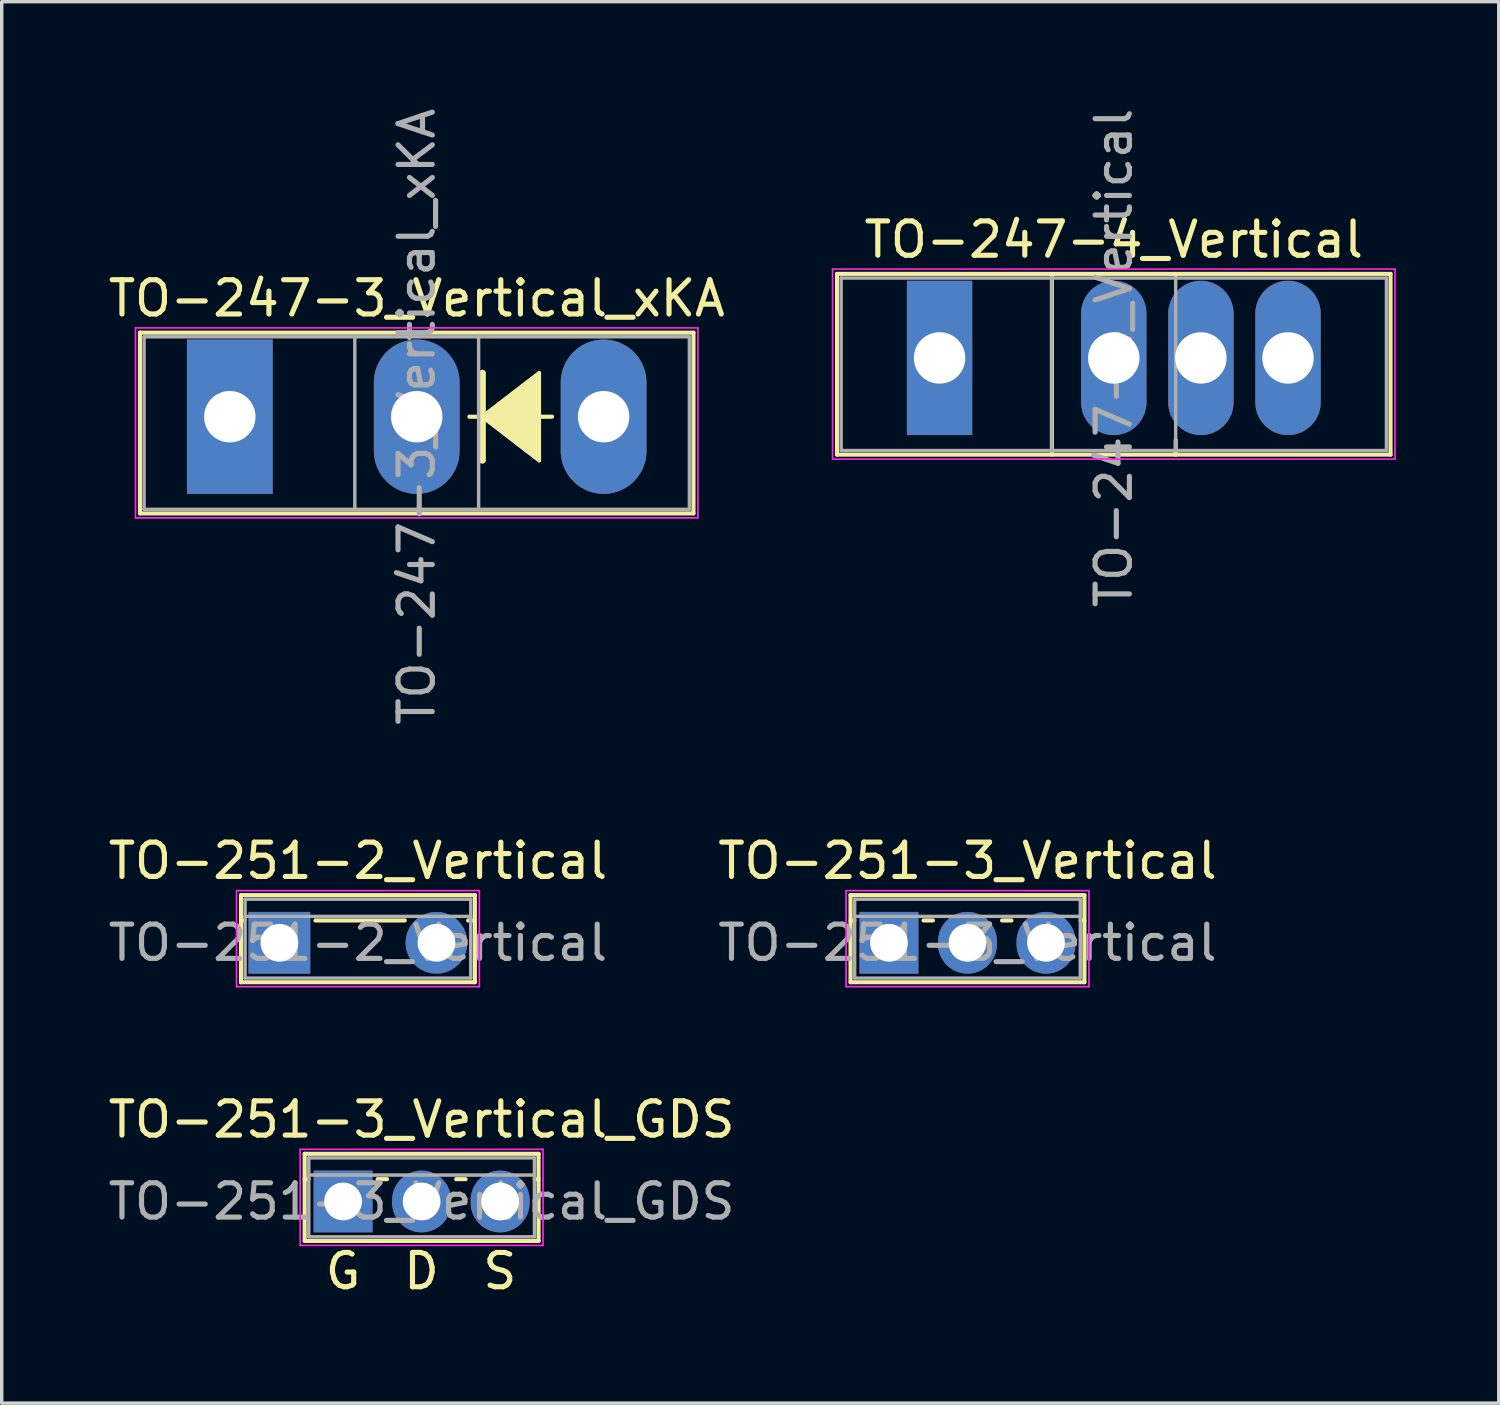
<source format=kicad_pcb>
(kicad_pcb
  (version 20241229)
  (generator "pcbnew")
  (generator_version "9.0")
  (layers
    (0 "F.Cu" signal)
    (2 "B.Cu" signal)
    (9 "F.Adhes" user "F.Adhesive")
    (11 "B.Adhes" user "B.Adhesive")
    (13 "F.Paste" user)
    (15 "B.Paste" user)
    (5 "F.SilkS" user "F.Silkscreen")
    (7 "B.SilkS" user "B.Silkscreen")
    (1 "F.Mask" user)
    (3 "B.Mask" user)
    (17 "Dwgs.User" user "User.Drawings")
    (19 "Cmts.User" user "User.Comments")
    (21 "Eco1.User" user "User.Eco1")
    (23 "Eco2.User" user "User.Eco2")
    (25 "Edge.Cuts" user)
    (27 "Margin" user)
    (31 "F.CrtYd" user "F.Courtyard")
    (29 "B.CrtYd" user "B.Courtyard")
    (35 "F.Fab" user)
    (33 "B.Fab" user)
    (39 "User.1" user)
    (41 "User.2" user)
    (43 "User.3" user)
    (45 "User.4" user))
  (footprint "TO-251-3_Vertical_GDS"
    (layer "F.Cu")
    (at 6.954 31.984)
    (property "Reference" "TO-251-3_Vertical_GDS" (at 2.29 -2.39 0) (layer "F.SilkS") (effects (font (size 1 1) (thickness 0.15))))
    (attr through_hole)
    (fp_line (start -1.12 -1.39) (end -1.12 1.15) (stroke (width 0.12) (type solid)) (layer "F.SilkS"))
    (fp_line (start -1.12 -1.39) (end 5.7 -1.39) (stroke (width 0.12) (type solid)) (layer "F.SilkS"))
    (fp_line (start -1.12 -0.651) (end -1.009 -0.651) (stroke (width 0.12) (type solid)) (layer "F.SilkS"))
    (fp_line (start -1.12 1.15) (end 5.7 1.15) (stroke (width 0.12) (type solid)) (layer "F.SilkS"))
    (fp_line (start 1.009 -0.651) (end 1.282 -0.651) (stroke (width 0.12) (type solid)) (layer "F.SilkS"))
    (fp_line (start 3.299 -0.651) (end 3.572 -0.651) (stroke (width 0.12) (type solid)) (layer "F.SilkS"))
    (fp_line (start 5.589 -0.651) (end 5.7 -0.651) (stroke (width 0.12) (type solid)) (layer "F.SilkS"))
    (fp_line (start 5.7 -1.39) (end 5.7 1.15) (stroke (width 0.12) (type solid)) (layer "F.SilkS"))
    (fp_line (start -1.25 -1.52) (end -1.25 1.28) (stroke (width 0.05) (type solid)) (layer "F.CrtYd"))
    (fp_line (start -1.25 1.28) (end 5.83 1.28) (stroke (width 0.05) (type solid)) (layer "F.CrtYd"))
    (fp_line (start 5.83 -1.52) (end -1.25 -1.52) (stroke (width 0.05) (type solid)) (layer "F.CrtYd"))
    (fp_line (start 5.83 1.28) (end 5.83 -1.52) (stroke (width 0.05) (type solid)) (layer "F.CrtYd"))
    (fp_line (start -1 -1.27) (end -1 1.03) (stroke (width 0.1) (type solid)) (layer "F.Fab"))
    (fp_line (start -1 -0.77) (end 5.58 -0.77) (stroke (width 0.1) (type solid)) (layer "F.Fab"))
    (fp_line (start -1 1.03) (end 5.58 1.03) (stroke (width 0.1) (type solid)) (layer "F.Fab"))
    (fp_line (start 5.58 -1.27) (end -1 -1.27) (stroke (width 0.1) (type solid)) (layer "F.Fab"))
    (fp_line (start 5.58 1.03) (end 5.58 -1.27) (stroke (width 0.1) (type solid)) (layer "F.Fab"))
    (fp_text user "S" (at 4.572 2.032 0) (layer "F.SilkS") (effects (font (size 1 1) (thickness 0.15))))
    (fp_text user "D" (at 2.286 2.032 0) (layer "F.SilkS") (effects (font (size 1 1) (thickness 0.15))))
    (fp_text user "G" (at 0 2.032 0) (layer "F.SilkS") (effects (font (size 1 1) (thickness 0.15))))
    (fp_text user "${REFERENCE}" (at 2.29 0 0) (layer "F.Fab") (effects (font (size 1 1) (thickness 0.15))))
    (pad "1" thru_hole rect (at 0 0) (size 1.718 1.8) (drill 1.1) (layers "*.Cu" "*.Mask"))
    (pad "2" thru_hole oval (at 2.29 0) (size 1.718 1.8) (drill 1.1) (layers "*.Cu" "*.Mask"))
    (pad "3" thru_hole oval (at 4.58 0) (size 1.718 1.8) (drill 1.1) (layers "*.Cu" "*.Mask")))
  (footprint "TO-247-4_Vertical"
    (layer "F.Cu")
    (at 24.347 7.387)
    (property "Reference" "TO-247-4_Vertical" (at 5.08 -3.45 0) (layer "F.SilkS") (effects (font (size 1 1) (thickness 0.15))))
    (attr through_hole)
    (fp_line (start -2.99 -2.451) (end -2.99 2.82) (stroke (width 0.12) (type solid)) (layer "F.SilkS"))
    (fp_line (start -2.99 -2.451) (end 13.15 -2.451) (stroke (width 0.12) (type solid)) (layer "F.SilkS"))
    (fp_line (start -2.99 2.82) (end 13.15 2.82) (stroke (width 0.12) (type solid)) (layer "F.SilkS"))
    (fp_line (start 3.276 -2.451) (end 3.276 2.82) (stroke (width 0.12) (type solid)) (layer "F.SilkS"))
    (fp_line (start 6.885 -2.451) (end 6.885 -2.4) (stroke (width 0.12) (type solid)) (layer "F.SilkS"))
    (fp_line (start 6.885 2.4) (end 6.885 2.82) (stroke (width 0.12) (type solid)) (layer "F.SilkS"))
    (fp_line (start 13.15 -2.451) (end 13.15 2.82) (stroke (width 0.12) (type solid)) (layer "F.SilkS"))
    (fp_line (start -3.12 -2.59) (end -3.12 2.95) (stroke (width 0.05) (type solid)) (layer "F.CrtYd"))
    (fp_line (start -3.12 2.95) (end 13.28 2.95) (stroke (width 0.05) (type solid)) (layer "F.CrtYd"))
    (fp_line (start 13.28 -2.59) (end -3.12 -2.59) (stroke (width 0.05) (type solid)) (layer "F.CrtYd"))
    (fp_line (start 13.28 2.95) (end 13.28 -2.59) (stroke (width 0.05) (type solid)) (layer "F.CrtYd"))
    (fp_line (start -2.87 -2.33) (end -2.87 2.7) (stroke (width 0.1) (type solid)) (layer "F.Fab"))
    (fp_line (start -2.87 2.7) (end 13.03 2.7) (stroke (width 0.1) (type solid)) (layer "F.Fab"))
    (fp_line (start 3.275 -2.33) (end 3.275 2.7) (stroke (width 0.1) (type solid)) (layer "F.Fab"))
    (fp_line (start 6.885 -2.33) (end 6.885 2.7) (stroke (width 0.1) (type solid)) (layer "F.Fab"))
    (fp_line (start 13.03 -2.33) (end -2.87 -2.33) (stroke (width 0.1) (type solid)) (layer "F.Fab"))
    (fp_line (start 13.03 2.7) (end 13.03 -2.33) (stroke (width 0.1) (type solid)) (layer "F.Fab"))
    (fp_text user "${REFERENCE}" (at 5.08 0 90) (layer "F.Fab") (effects (font (size 1 1) (thickness 0.15))))
    (pad "1" thru_hole rect (at 0 0) (size 1.905 4.5) (drill 1.5) (layers "*.Cu" "*.Mask"))
    (pad "2" thru_hole oval (at 5.08 0) (size 1.905 4.5) (drill 1.5) (layers "*.Cu" "*.Mask"))
    (pad "3" thru_hole oval (at 7.62 0) (size 1.905 4.5) (drill 1.5) (layers "*.Cu" "*.Mask"))
    (pad "4" thru_hole oval (at 10.16 0) (size 1.905 4.5) (drill 1.5) (layers "*.Cu" "*.Mask")))
  (footprint "TO-251-3_Vertical"
    (layer "F.Cu")
    (at 22.871 24.441)
    (property "Reference" "TO-251-3_Vertical" (at 2.29 -2.39 0) (layer "F.SilkS") (effects (font (size 1 1) (thickness 0.15))))
    (attr through_hole)
    (fp_line (start -1.12 -1.39) (end -1.12 1.15) (stroke (width 0.12) (type solid)) (layer "F.SilkS"))
    (fp_line (start -1.12 -1.39) (end 5.7 -1.39) (stroke (width 0.12) (type solid)) (layer "F.SilkS"))
    (fp_line (start -1.12 -0.651) (end -1.009 -0.651) (stroke (width 0.12) (type solid)) (layer "F.SilkS"))
    (fp_line (start -1.12 1.15) (end 5.7 1.15) (stroke (width 0.12) (type solid)) (layer "F.SilkS"))
    (fp_line (start 1.009 -0.651) (end 1.282 -0.651) (stroke (width 0.12) (type solid)) (layer "F.SilkS"))
    (fp_line (start 3.299 -0.651) (end 3.572 -0.651) (stroke (width 0.12) (type solid)) (layer "F.SilkS"))
    (fp_line (start 5.589 -0.651) (end 5.7 -0.651) (stroke (width 0.12) (type solid)) (layer "F.SilkS"))
    (fp_line (start 5.7 -1.39) (end 5.7 1.15) (stroke (width 0.12) (type solid)) (layer "F.SilkS"))
    (fp_line (start -1.25 -1.52) (end -1.25 1.28) (stroke (width 0.05) (type solid)) (layer "F.CrtYd"))
    (fp_line (start -1.25 1.28) (end 5.83 1.28) (stroke (width 0.05) (type solid)) (layer "F.CrtYd"))
    (fp_line (start 5.83 -1.52) (end -1.25 -1.52) (stroke (width 0.05) (type solid)) (layer "F.CrtYd"))
    (fp_line (start 5.83 1.28) (end 5.83 -1.52) (stroke (width 0.05) (type solid)) (layer "F.CrtYd"))
    (fp_line (start -1 -1.27) (end -1 1.03) (stroke (width 0.1) (type solid)) (layer "F.Fab"))
    (fp_line (start -1 -0.77) (end 5.58 -0.77) (stroke (width 0.1) (type solid)) (layer "F.Fab"))
    (fp_line (start -1 1.03) (end 5.58 1.03) (stroke (width 0.1) (type solid)) (layer "F.Fab"))
    (fp_line (start 5.58 -1.27) (end -1 -1.27) (stroke (width 0.1) (type solid)) (layer "F.Fab"))
    (fp_line (start 5.58 1.03) (end 5.58 -1.27) (stroke (width 0.1) (type solid)) (layer "F.Fab"))
    (fp_text user "${REFERENCE}" (at 2.29 0 0) (layer "F.Fab") (effects (font (size 1 1) (thickness 0.15))))
    (pad "1" thru_hole rect (at 0 0) (size 1.718 1.8) (drill 1.1) (layers "*.Cu" "*.Mask"))
    (pad "2" thru_hole oval (at 2.29 0) (size 1.718 1.8) (drill 1.1) (layers "*.Cu" "*.Mask"))
    (pad "3" thru_hole oval (at 4.58 0) (size 1.718 1.8) (drill 1.1) (layers "*.Cu" "*.Mask")))
  (footprint "TO-251-2_Vertical"
    (layer "F.Cu")
    (at 5.097 24.441)
    (property "Reference" "TO-251-2_Vertical" (at 2.29 -2.39 0) (layer "F.SilkS") (effects (font (size 1 1) (thickness 0.15))))
    (attr through_hole)
    (fp_line (start -1.12 -1.39) (end -1.12 1.15) (stroke (width 0.12) (type solid)) (layer "F.SilkS"))
    (fp_line (start -1.12 -1.39) (end 5.7 -1.39) (stroke (width 0.12) (type solid)) (layer "F.SilkS"))
    (fp_line (start -1.12 -0.651) (end -1.05 -0.651) (stroke (width 0.12) (type solid)) (layer "F.SilkS"))
    (fp_line (start -1.12 1.15) (end 5.7 1.15) (stroke (width 0.12) (type solid)) (layer "F.SilkS"))
    (fp_line (start 1.05 -0.651) (end 3.656 -0.651) (stroke (width 0.12) (type solid)) (layer "F.SilkS"))
    (fp_line (start 5.505 -0.651) (end 5.7 -0.651) (stroke (width 0.12) (type solid)) (layer "F.SilkS"))
    (fp_line (start 5.7 -1.39) (end 5.7 1.15) (stroke (width 0.12) (type solid)) (layer "F.SilkS"))
    (fp_line (start -1.25 -1.52) (end -1.25 1.28) (stroke (width 0.05) (type solid)) (layer "F.CrtYd"))
    (fp_line (start -1.25 1.28) (end 5.83 1.28) (stroke (width 0.05) (type solid)) (layer "F.CrtYd"))
    (fp_line (start 5.83 -1.52) (end -1.25 -1.52) (stroke (width 0.05) (type solid)) (layer "F.CrtYd"))
    (fp_line (start 5.83 1.28) (end 5.83 -1.52) (stroke (width 0.05) (type solid)) (layer "F.CrtYd"))
    (fp_line (start -1 -1.27) (end -1 1.03) (stroke (width 0.1) (type solid)) (layer "F.Fab"))
    (fp_line (start -1 -0.77) (end 5.58 -0.77) (stroke (width 0.1) (type solid)) (layer "F.Fab"))
    (fp_line (start -1 1.03) (end 5.58 1.03) (stroke (width 0.1) (type solid)) (layer "F.Fab"))
    (fp_line (start 5.58 -1.27) (end -1 -1.27) (stroke (width 0.1) (type solid)) (layer "F.Fab"))
    (fp_line (start 5.58 1.03) (end 5.58 -1.27) (stroke (width 0.1) (type solid)) (layer "F.Fab"))
    (fp_text user "${REFERENCE}" (at 2.29 0 0) (layer "F.Fab") (effects (font (size 1 1) (thickness 0.15))))
    (pad "1" thru_hole rect (at 0 0) (size 1.8 1.8) (drill 1.1) (layers "*.Cu" "*.Mask"))
    (pad "2" thru_hole oval (at 4.58 0) (size 1.8 1.8) (drill 1.1) (layers "*.Cu" "*.Mask")))
  (footprint "TO-247-3_Vertical_xKA"
    (layer "F.Cu")
    (at 3.651 9.101)
    (property "Reference" "TO-247-3_Vertical_xKA" (at 5.45 -3.45 0) (layer "F.SilkS") (effects (font (size 1 1) (thickness 0.15))))
    (attr through_hole)
    (fp_line (start -2.62 -2.451) (end -2.62 2.82) (stroke (width 0.12) (type solid)) (layer "F.SilkS"))
    (fp_line (start -2.62 -2.451) (end 13.52 -2.451) (stroke (width 0.12) (type solid)) (layer "F.SilkS"))
    (fp_line (start -2.62 2.82) (end 13.52 2.82) (stroke (width 0.12) (type solid)) (layer "F.SilkS"))
    (fp_line (start 6.985 0) (end 7.366 0) (stroke (width 0.12) (type solid)) (layer "F.SilkS"))
    (fp_line (start 7.366 -1.27) (end 7.366 0) (stroke (width 0.2) (type solid)) (layer "F.SilkS"))
    (fp_line (start 7.366 0) (end 7.366 1.27) (stroke (width 0.2) (type solid)) (layer "F.SilkS"))
    (fp_line (start 7.366 0) (end 9.017 1.27) (stroke (width 0.12) (type solid)) (layer "F.SilkS"))
    (fp_line (start 9.017 -1.27) (end 7.366 0) (stroke (width 0.12) (type solid)) (layer "F.SilkS"))
    (fp_line (start 9.017 1.27) (end 9.017 -1.27) (stroke (width 0.12) (type solid)) (layer "F.SilkS"))
    (fp_line (start 9.398 0) (end 9.017 0) (stroke (width 0.12) (type solid)) (layer "F.SilkS"))
    (fp_line (start 13.52 -2.451) (end 13.52 2.82) (stroke (width 0.12) (type solid)) (layer "F.SilkS"))
    (fp_poly (pts (xy 9.017 1.27) (xy 7.366 0) (xy 9.017 -1.27)) (stroke (width 0.1) (type solid)) (fill yes) (layer "F.SilkS"))
    (fp_line (start -2.75 -2.59) (end -2.75 2.95) (stroke (width 0.05) (type solid)) (layer "F.CrtYd"))
    (fp_line (start -2.75 2.95) (end 13.65 2.95) (stroke (width 0.05) (type solid)) (layer "F.CrtYd"))
    (fp_line (start 13.65 -2.59) (end -2.75 -2.59) (stroke (width 0.05) (type solid)) (layer "F.CrtYd"))
    (fp_line (start 13.65 2.95) (end 13.65 -2.59) (stroke (width 0.05) (type solid)) (layer "F.CrtYd"))
    (fp_line (start -2.5 -2.33) (end -2.5 2.7) (stroke (width 0.1) (type solid)) (layer "F.Fab"))
    (fp_line (start -2.5 2.7) (end 13.4 2.7) (stroke (width 0.1) (type solid)) (layer "F.Fab"))
    (fp_line (start 3.645 -2.33) (end 3.645 2.7) (stroke (width 0.1) (type solid)) (layer "F.Fab"))
    (fp_line (start 7.255 -2.33) (end 7.255 2.7) (stroke (width 0.1) (type solid)) (layer "F.Fab"))
    (fp_line (start 13.4 -2.33) (end -2.5 -2.33) (stroke (width 0.1) (type solid)) (layer "F.Fab"))
    (fp_line (start 13.4 2.7) (end 13.4 -2.33) (stroke (width 0.1) (type solid)) (layer "F.Fab"))
    (fp_text user "${REFERENCE}" (at 5.45 0 90) (layer "F.Fab") (effects (font (size 1 1) (thickness 0.15))))
    (pad "1" thru_hole rect (at 0 0) (size 2.5 4.5) (drill 1.5) (layers "*.Cu" "*.Mask"))
    (pad "2" thru_hole oval (at 5.45 0) (size 2.5 4.5) (drill 1.5) (layers "*.Cu" "*.Mask"))
    (pad "3" thru_hole oval (at 10.9 0) (size 2.5 4.5) (drill 1.5) (layers "*.Cu" "*.Mask")))
  (gr_rect
    (start -3 -3)
    (end 40.652 37.864)
    (stroke (width 0.1) (type default))
    (fill no)
    (layer "Edge.Cuts")))
</source>
